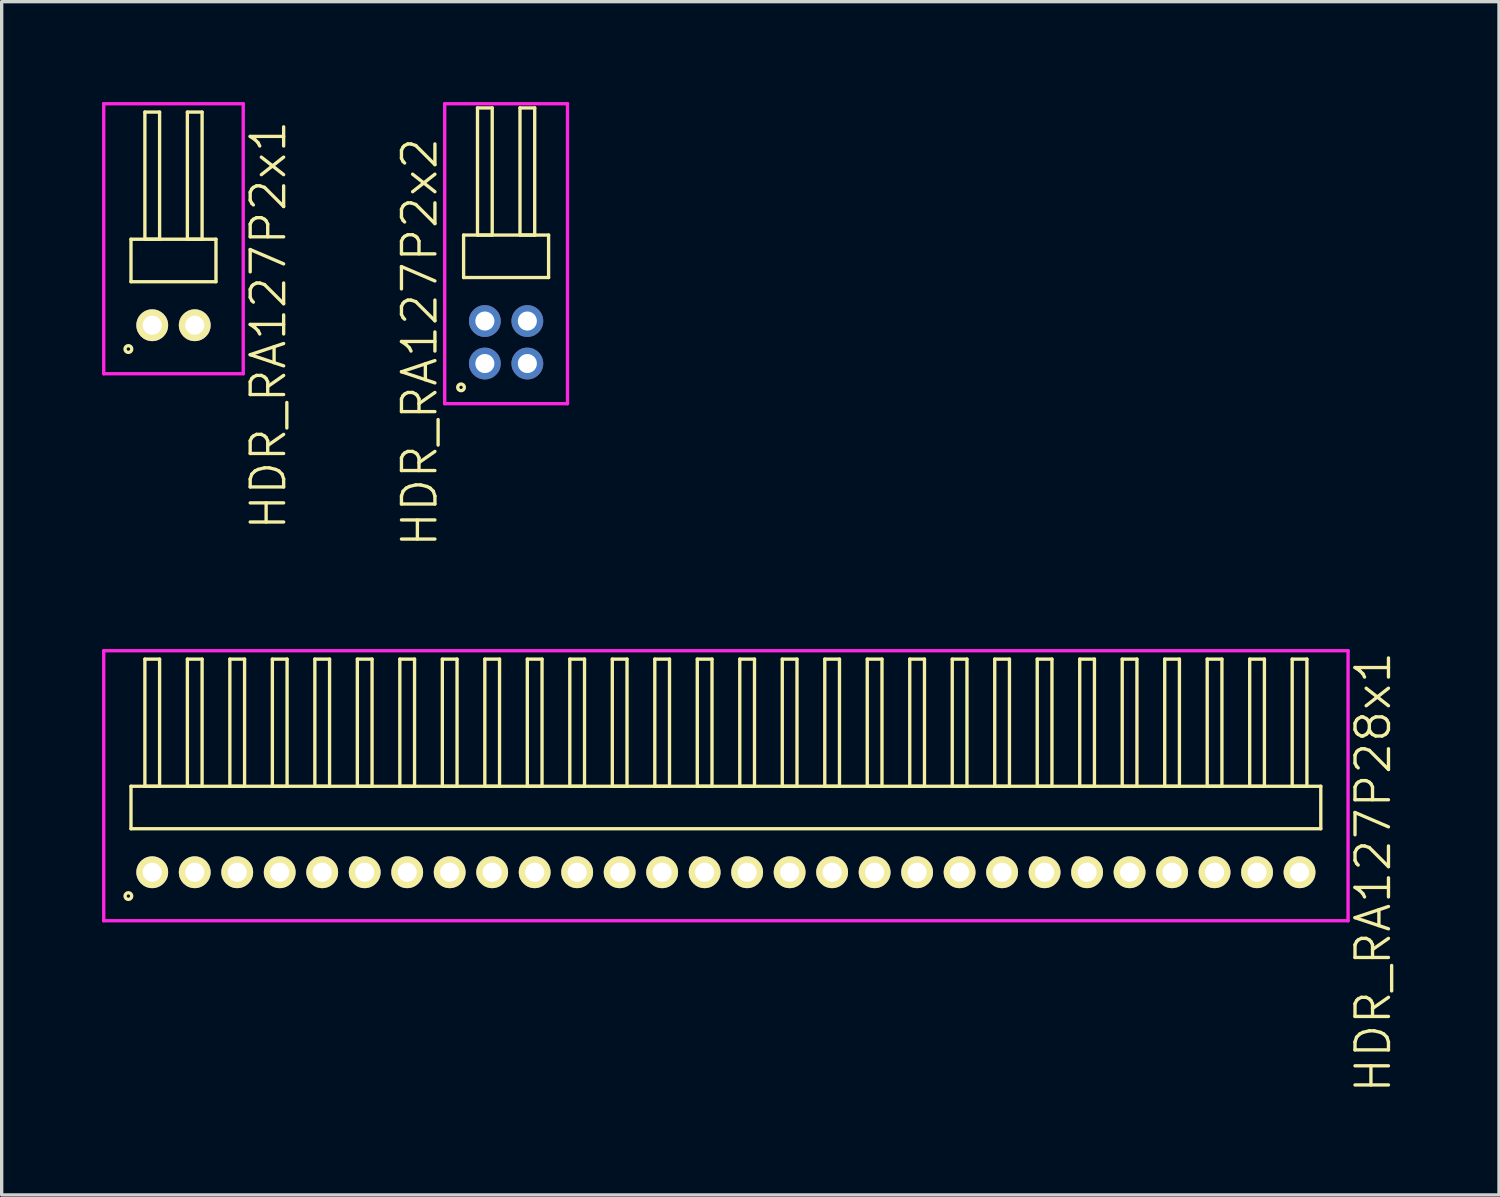
<source format=kicad_pcb>
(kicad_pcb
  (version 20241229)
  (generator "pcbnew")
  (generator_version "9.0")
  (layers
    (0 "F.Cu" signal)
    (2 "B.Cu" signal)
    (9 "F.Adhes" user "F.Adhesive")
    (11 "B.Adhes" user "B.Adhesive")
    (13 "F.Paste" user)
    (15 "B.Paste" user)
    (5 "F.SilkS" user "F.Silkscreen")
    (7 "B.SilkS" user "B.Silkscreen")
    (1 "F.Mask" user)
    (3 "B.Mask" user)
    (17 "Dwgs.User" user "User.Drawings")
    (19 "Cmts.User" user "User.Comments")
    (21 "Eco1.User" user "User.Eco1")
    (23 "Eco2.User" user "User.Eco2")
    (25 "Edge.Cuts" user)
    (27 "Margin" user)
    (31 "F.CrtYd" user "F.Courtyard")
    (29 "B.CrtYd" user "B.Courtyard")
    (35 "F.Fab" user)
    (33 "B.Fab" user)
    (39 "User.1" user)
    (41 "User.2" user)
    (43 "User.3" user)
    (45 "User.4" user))
  (footprint "HDR_RA127P2x1"
    (layer "F.Cu")
    (at 2.135 6.67)
    (property "Reference" "HDR_RA127P2x1" (at 2.835 0 90) (layer "F.SilkS") (effects (font (size 1 1) (thickness 0.1))))
    (attr through_hole)
    (fp_line (start -1.27 -2.57) (end -1.27 -1.3) (stroke (width 0.1) (type solid)) (layer "F.SilkS"))
    (fp_line (start -1.27 -1.3) (end 1.27 -1.3) (stroke (width 0.1) (type solid)) (layer "F.SilkS"))
    (fp_line (start -0.855 -6.37) (end -0.855 -2.57) (stroke (width 0.1) (type solid)) (layer "F.SilkS"))
    (fp_line (start -0.855 -2.57) (end -0.415 -2.57) (stroke (width 0.1) (type solid)) (layer "F.SilkS"))
    (fp_line (start -0.415 -6.37) (end -0.855 -6.37) (stroke (width 0.1) (type solid)) (layer "F.SilkS"))
    (fp_line (start -0.415 -2.57) (end -0.415 -6.37) (stroke (width 0.1) (type solid)) (layer "F.SilkS"))
    (fp_line (start 0.415 -6.37) (end 0.415 -2.57) (stroke (width 0.1) (type solid)) (layer "F.SilkS"))
    (fp_line (start 0.415 -2.57) (end 0.855 -2.57) (stroke (width 0.1) (type solid)) (layer "F.SilkS"))
    (fp_line (start 0.855 -6.37) (end 0.415 -6.37) (stroke (width 0.1) (type solid)) (layer "F.SilkS"))
    (fp_line (start 0.855 -2.57) (end 0.855 -6.37) (stroke (width 0.1) (type solid)) (layer "F.SilkS"))
    (fp_line (start 1.27 -2.57) (end -1.27 -2.57) (stroke (width 0.1) (type solid)) (layer "F.SilkS"))
    (fp_line (start 1.27 -1.3) (end 1.27 -2.57) (stroke (width 0.1) (type solid)) (layer "F.SilkS"))
    (fp_circle (center -1.348 0.712) (end -1.247 0.712) (stroke (width 0.1) (type solid)) (fill no) (layer "F.SilkS"))
    (fp_line (start -2.085 -6.62) (end -2.085 1.45) (stroke (width 0.1) (type solid)) (layer "F.CrtYd"))
    (fp_line (start -2.085 1.45) (end 2.085 1.45) (stroke (width 0.1) (type solid)) (layer "F.CrtYd"))
    (fp_line (start 2.085 -6.62) (end -2.085 -6.62) (stroke (width 0.1) (type solid)) (layer "F.CrtYd"))
    (fp_line (start 2.085 1.45) (end 2.085 -6.62) (stroke (width 0.1) (type solid)) (layer "F.CrtYd"))
    (pad "1" thru_hole oval (at -0.635 0) (size 0.95 0.95) (drill 0.57) (layers "*.Cu" "*.Mask" "F.SilkS"))
    (pad "2" thru_hole oval (at 0.635 0) (size 0.95 0.95) (drill 0.57) (layers "*.Cu" "*.Mask" "F.SilkS")))
  (footprint "HDR_RA127P2x2"
    (layer "F.Cu")
    (at 12.076 7.18)
    (property "Reference" "HDR_RA127P2x2" (at -2.585 0 90) (layer "F.SilkS") (effects (font (size 1 1) (thickness 0.1))))
    (attr through_hole)
    (fp_line (start -1.27 -3.205) (end -1.27 -1.935) (stroke (width 0.1) (type solid)) (layer "F.SilkS"))
    (fp_line (start -1.27 -1.935) (end 1.27 -1.935) (stroke (width 0.1) (type solid)) (layer "F.SilkS"))
    (fp_line (start -0.855 -7.005) (end -0.855 -3.205) (stroke (width 0.1) (type solid)) (layer "F.SilkS"))
    (fp_line (start -0.855 -3.205) (end -0.415 -3.205) (stroke (width 0.1) (type solid)) (layer "F.SilkS"))
    (fp_line (start -0.415 -7.005) (end -0.855 -7.005) (stroke (width 0.1) (type solid)) (layer "F.SilkS"))
    (fp_line (start -0.415 -3.205) (end -0.415 -7.005) (stroke (width 0.1) (type solid)) (layer "F.SilkS"))
    (fp_line (start 0.415 -7.005) (end 0.415 -3.205) (stroke (width 0.1) (type solid)) (layer "F.SilkS"))
    (fp_line (start 0.415 -3.205) (end 0.855 -3.205) (stroke (width 0.1) (type solid)) (layer "F.SilkS"))
    (fp_line (start 0.855 -7.005) (end 0.415 -7.005) (stroke (width 0.1) (type solid)) (layer "F.SilkS"))
    (fp_line (start 0.855 -3.205) (end 0.855 -7.005) (stroke (width 0.1) (type solid)) (layer "F.SilkS"))
    (fp_line (start 1.27 -3.205) (end -1.27 -3.205) (stroke (width 0.1) (type solid)) (layer "F.SilkS"))
    (fp_line (start 1.27 -1.935) (end 1.27 -3.205) (stroke (width 0.1) (type solid)) (layer "F.SilkS"))
    (fp_circle (center -1.347 1.347) (end -1.247 1.347) (stroke (width 0.1) (type solid)) (fill no) (layer "F.SilkS"))
    (fp_line (start -1.835 -7.13) (end -1.835 1.835) (stroke (width 0.1) (type solid)) (layer "F.CrtYd"))
    (fp_line (start -1.835 1.835) (end 1.835 1.835) (stroke (width 0.1) (type solid)) (layer "F.CrtYd"))
    (fp_line (start 1.835 -7.13) (end -1.835 -7.13) (stroke (width 0.1) (type solid)) (layer "F.CrtYd"))
    (fp_line (start 1.835 1.835) (end 1.835 -7.13) (stroke (width 0.1) (type solid)) (layer "F.CrtYd"))
    (pad "1" thru_hole oval (at -0.635 0.635) (size 0.95 0.95) (drill 0.57) (layers "*.Cu" "*.Mask"))
    (pad "2" thru_hole oval (at -0.635 -0.635) (size 0.95 0.95) (drill 0.57) (layers "*.Cu" "*.Mask"))
    (pad "3" thru_hole oval (at 0.635 0.635) (size 0.95 0.95) (drill 0.57) (layers "*.Cu" "*.Mask"))
    (pad "4" thru_hole oval (at 0.635 -0.635) (size 0.95 0.95) (drill 0.57) (layers "*.Cu" "*.Mask")))
  (footprint "HDR_RA127P28x1"
    (layer "F.Cu")
    (at 18.645 23.019)
    (property "Reference" "HDR_RA127P28x1" (at 19.345 0 90) (layer "F.SilkS") (effects (font (size 1 1) (thickness 0.1))))
    (attr through_hole)
    (fp_line (start -17.78 -2.57) (end -17.78 -1.3) (stroke (width 0.1) (type solid)) (layer "F.SilkS"))
    (fp_line (start -17.78 -1.3) (end 17.78 -1.3) (stroke (width 0.1) (type solid)) (layer "F.SilkS"))
    (fp_line (start -17.365 -6.37) (end -17.365 -2.57) (stroke (width 0.1) (type solid)) (layer "F.SilkS"))
    (fp_line (start -17.365 -2.57) (end -16.925 -2.57) (stroke (width 0.1) (type solid)) (layer "F.SilkS"))
    (fp_line (start -16.925 -6.37) (end -17.365 -6.37) (stroke (width 0.1) (type solid)) (layer "F.SilkS"))
    (fp_line (start -16.925 -2.57) (end -16.925 -6.37) (stroke (width 0.1) (type solid)) (layer "F.SilkS"))
    (fp_line (start -16.095 -6.37) (end -16.095 -2.57) (stroke (width 0.1) (type solid)) (layer "F.SilkS"))
    (fp_line (start -16.095 -2.57) (end -15.655 -2.57) (stroke (width 0.1) (type solid)) (layer "F.SilkS"))
    (fp_line (start -15.655 -6.37) (end -16.095 -6.37) (stroke (width 0.1) (type solid)) (layer "F.SilkS"))
    (fp_line (start -15.655 -2.57) (end -15.655 -6.37) (stroke (width 0.1) (type solid)) (layer "F.SilkS"))
    (fp_line (start -14.825 -6.37) (end -14.825 -2.57) (stroke (width 0.1) (type solid)) (layer "F.SilkS"))
    (fp_line (start -14.825 -2.57) (end -14.385 -2.57) (stroke (width 0.1) (type solid)) (layer "F.SilkS"))
    (fp_line (start -14.385 -6.37) (end -14.825 -6.37) (stroke (width 0.1) (type solid)) (layer "F.SilkS"))
    (fp_line (start -14.385 -2.57) (end -14.385 -6.37) (stroke (width 0.1) (type solid)) (layer "F.SilkS"))
    (fp_line (start -13.555 -6.37) (end -13.555 -2.57) (stroke (width 0.1) (type solid)) (layer "F.SilkS"))
    (fp_line (start -13.555 -2.57) (end -13.115 -2.57) (stroke (width 0.1) (type solid)) (layer "F.SilkS"))
    (fp_line (start -13.115 -6.37) (end -13.555 -6.37) (stroke (width 0.1) (type solid)) (layer "F.SilkS"))
    (fp_line (start -13.115 -2.57) (end -13.115 -6.37) (stroke (width 0.1) (type solid)) (layer "F.SilkS"))
    (fp_line (start -12.285 -6.37) (end -12.285 -2.57) (stroke (width 0.1) (type solid)) (layer "F.SilkS"))
    (fp_line (start -12.285 -2.57) (end -11.845 -2.57) (stroke (width 0.1) (type solid)) (layer "F.SilkS"))
    (fp_line (start -11.845 -6.37) (end -12.285 -6.37) (stroke (width 0.1) (type solid)) (layer "F.SilkS"))
    (fp_line (start -11.845 -2.57) (end -11.845 -6.37) (stroke (width 0.1) (type solid)) (layer "F.SilkS"))
    (fp_line (start -11.015 -6.37) (end -11.015 -2.57) (stroke (width 0.1) (type solid)) (layer "F.SilkS"))
    (fp_line (start -11.015 -2.57) (end -10.575 -2.57) (stroke (width 0.1) (type solid)) (layer "F.SilkS"))
    (fp_line (start -10.575 -6.37) (end -11.015 -6.37) (stroke (width 0.1) (type solid)) (layer "F.SilkS"))
    (fp_line (start -10.575 -2.57) (end -10.575 -6.37) (stroke (width 0.1) (type solid)) (layer "F.SilkS"))
    (fp_line (start -9.745 -6.37) (end -9.745 -2.57) (stroke (width 0.1) (type solid)) (layer "F.SilkS"))
    (fp_line (start -9.745 -2.57) (end -9.305 -2.57) (stroke (width 0.1) (type solid)) (layer "F.SilkS"))
    (fp_line (start -9.305 -6.37) (end -9.745 -6.37) (stroke (width 0.1) (type solid)) (layer "F.SilkS"))
    (fp_line (start -9.305 -2.57) (end -9.305 -6.37) (stroke (width 0.1) (type solid)) (layer "F.SilkS"))
    (fp_line (start -8.475 -6.37) (end -8.475 -2.57) (stroke (width 0.1) (type solid)) (layer "F.SilkS"))
    (fp_line (start -8.475 -2.57) (end -8.035 -2.57) (stroke (width 0.1) (type solid)) (layer "F.SilkS"))
    (fp_line (start -8.035 -6.37) (end -8.475 -6.37) (stroke (width 0.1) (type solid)) (layer "F.SilkS"))
    (fp_line (start -8.035 -2.57) (end -8.035 -6.37) (stroke (width 0.1) (type solid)) (layer "F.SilkS"))
    (fp_line (start -7.205 -6.37) (end -7.205 -2.57) (stroke (width 0.1) (type solid)) (layer "F.SilkS"))
    (fp_line (start -7.205 -2.57) (end -6.765 -2.57) (stroke (width 0.1) (type solid)) (layer "F.SilkS"))
    (fp_line (start -6.765 -6.37) (end -7.205 -6.37) (stroke (width 0.1) (type solid)) (layer "F.SilkS"))
    (fp_line (start -6.765 -2.57) (end -6.765 -6.37) (stroke (width 0.1) (type solid)) (layer "F.SilkS"))
    (fp_line (start -5.935 -6.37) (end -5.935 -2.57) (stroke (width 0.1) (type solid)) (layer "F.SilkS"))
    (fp_line (start -5.935 -2.57) (end -5.495 -2.57) (stroke (width 0.1) (type solid)) (layer "F.SilkS"))
    (fp_line (start -5.495 -6.37) (end -5.935 -6.37) (stroke (width 0.1) (type solid)) (layer "F.SilkS"))
    (fp_line (start -5.495 -2.57) (end -5.495 -6.37) (stroke (width 0.1) (type solid)) (layer "F.SilkS"))
    (fp_line (start -4.665 -6.37) (end -4.665 -2.57) (stroke (width 0.1) (type solid)) (layer "F.SilkS"))
    (fp_line (start -4.665 -2.57) (end -4.225 -2.57) (stroke (width 0.1) (type solid)) (layer "F.SilkS"))
    (fp_line (start -4.225 -6.37) (end -4.665 -6.37) (stroke (width 0.1) (type solid)) (layer "F.SilkS"))
    (fp_line (start -4.225 -2.57) (end -4.225 -6.37) (stroke (width 0.1) (type solid)) (layer "F.SilkS"))
    (fp_line (start -3.395 -6.37) (end -3.395 -2.57) (stroke (width 0.1) (type solid)) (layer "F.SilkS"))
    (fp_line (start -3.395 -2.57) (end -2.955 -2.57) (stroke (width 0.1) (type solid)) (layer "F.SilkS"))
    (fp_line (start -2.955 -6.37) (end -3.395 -6.37) (stroke (width 0.1) (type solid)) (layer "F.SilkS"))
    (fp_line (start -2.955 -2.57) (end -2.955 -6.37) (stroke (width 0.1) (type solid)) (layer "F.SilkS"))
    (fp_line (start -2.125 -6.37) (end -2.125 -2.57) (stroke (width 0.1) (type solid)) (layer "F.SilkS"))
    (fp_line (start -2.125 -2.57) (end -1.685 -2.57) (stroke (width 0.1) (type solid)) (layer "F.SilkS"))
    (fp_line (start -1.685 -6.37) (end -2.125 -6.37) (stroke (width 0.1) (type solid)) (layer "F.SilkS"))
    (fp_line (start -1.685 -2.57) (end -1.685 -6.37) (stroke (width 0.1) (type solid)) (layer "F.SilkS"))
    (fp_line (start -0.855 -6.37) (end -0.855 -2.57) (stroke (width 0.1) (type solid)) (layer "F.SilkS"))
    (fp_line (start -0.855 -2.57) (end -0.415 -2.57) (stroke (width 0.1) (type solid)) (layer "F.SilkS"))
    (fp_line (start -0.415 -6.37) (end -0.855 -6.37) (stroke (width 0.1) (type solid)) (layer "F.SilkS"))
    (fp_line (start -0.415 -2.57) (end -0.415 -6.37) (stroke (width 0.1) (type solid)) (layer "F.SilkS"))
    (fp_line (start 0.415 -6.37) (end 0.415 -2.57) (stroke (width 0.1) (type solid)) (layer "F.SilkS"))
    (fp_line (start 0.415 -2.57) (end 0.855 -2.57) (stroke (width 0.1) (type solid)) (layer "F.SilkS"))
    (fp_line (start 0.855 -6.37) (end 0.415 -6.37) (stroke (width 0.1) (type solid)) (layer "F.SilkS"))
    (fp_line (start 0.855 -2.57) (end 0.855 -6.37) (stroke (width 0.1) (type solid)) (layer "F.SilkS"))
    (fp_line (start 1.685 -6.37) (end 1.685 -2.57) (stroke (width 0.1) (type solid)) (layer "F.SilkS"))
    (fp_line (start 1.685 -2.57) (end 2.125 -2.57) (stroke (width 0.1) (type solid)) (layer "F.SilkS"))
    (fp_line (start 2.125 -6.37) (end 1.685 -6.37) (stroke (width 0.1) (type solid)) (layer "F.SilkS"))
    (fp_line (start 2.125 -2.57) (end 2.125 -6.37) (stroke (width 0.1) (type solid)) (layer "F.SilkS"))
    (fp_line (start 2.955 -6.37) (end 2.955 -2.57) (stroke (width 0.1) (type solid)) (layer "F.SilkS"))
    (fp_line (start 2.955 -2.57) (end 3.395 -2.57) (stroke (width 0.1) (type solid)) (layer "F.SilkS"))
    (fp_line (start 3.395 -6.37) (end 2.955 -6.37) (stroke (width 0.1) (type solid)) (layer "F.SilkS"))
    (fp_line (start 3.395 -2.57) (end 3.395 -6.37) (stroke (width 0.1) (type solid)) (layer "F.SilkS"))
    (fp_line (start 4.225 -6.37) (end 4.225 -2.57) (stroke (width 0.1) (type solid)) (layer "F.SilkS"))
    (fp_line (start 4.225 -2.57) (end 4.665 -2.57) (stroke (width 0.1) (type solid)) (layer "F.SilkS"))
    (fp_line (start 4.665 -6.37) (end 4.225 -6.37) (stroke (width 0.1) (type solid)) (layer "F.SilkS"))
    (fp_line (start 4.665 -2.57) (end 4.665 -6.37) (stroke (width 0.1) (type solid)) (layer "F.SilkS"))
    (fp_line (start 5.495 -6.37) (end 5.495 -2.57) (stroke (width 0.1) (type solid)) (layer "F.SilkS"))
    (fp_line (start 5.495 -2.57) (end 5.935 -2.57) (stroke (width 0.1) (type solid)) (layer "F.SilkS"))
    (fp_line (start 5.935 -6.37) (end 5.495 -6.37) (stroke (width 0.1) (type solid)) (layer "F.SilkS"))
    (fp_line (start 5.935 -2.57) (end 5.935 -6.37) (stroke (width 0.1) (type solid)) (layer "F.SilkS"))
    (fp_line (start 6.765 -6.37) (end 6.765 -2.57) (stroke (width 0.1) (type solid)) (layer "F.SilkS"))
    (fp_line (start 6.765 -2.57) (end 7.205 -2.57) (stroke (width 0.1) (type solid)) (layer "F.SilkS"))
    (fp_line (start 7.205 -6.37) (end 6.765 -6.37) (stroke (width 0.1) (type solid)) (layer "F.SilkS"))
    (fp_line (start 7.205 -2.57) (end 7.205 -6.37) (stroke (width 0.1) (type solid)) (layer "F.SilkS"))
    (fp_line (start 8.035 -6.37) (end 8.035 -2.57) (stroke (width 0.1) (type solid)) (layer "F.SilkS"))
    (fp_line (start 8.035 -2.57) (end 8.475 -2.57) (stroke (width 0.1) (type solid)) (layer "F.SilkS"))
    (fp_line (start 8.475 -6.37) (end 8.035 -6.37) (stroke (width 0.1) (type solid)) (layer "F.SilkS"))
    (fp_line (start 8.475 -2.57) (end 8.475 -6.37) (stroke (width 0.1) (type solid)) (layer "F.SilkS"))
    (fp_line (start 9.305 -6.37) (end 9.305 -2.57) (stroke (width 0.1) (type solid)) (layer "F.SilkS"))
    (fp_line (start 9.305 -2.57) (end 9.745 -2.57) (stroke (width 0.1) (type solid)) (layer "F.SilkS"))
    (fp_line (start 9.745 -6.37) (end 9.305 -6.37) (stroke (width 0.1) (type solid)) (layer "F.SilkS"))
    (fp_line (start 9.745 -2.57) (end 9.745 -6.37) (stroke (width 0.1) (type solid)) (layer "F.SilkS"))
    (fp_line (start 10.575 -6.37) (end 10.575 -2.57) (stroke (width 0.1) (type solid)) (layer "F.SilkS"))
    (fp_line (start 10.575 -2.57) (end 11.015 -2.57) (stroke (width 0.1) (type solid)) (layer "F.SilkS"))
    (fp_line (start 11.015 -6.37) (end 10.575 -6.37) (stroke (width 0.1) (type solid)) (layer "F.SilkS"))
    (fp_line (start 11.015 -2.57) (end 11.015 -6.37) (stroke (width 0.1) (type solid)) (layer "F.SilkS"))
    (fp_line (start 11.845 -6.37) (end 11.845 -2.57) (stroke (width 0.1) (type solid)) (layer "F.SilkS"))
    (fp_line (start 11.845 -2.57) (end 12.285 -2.57) (stroke (width 0.1) (type solid)) (layer "F.SilkS"))
    (fp_line (start 12.285 -6.37) (end 11.845 -6.37) (stroke (width 0.1) (type solid)) (layer "F.SilkS"))
    (fp_line (start 12.285 -2.57) (end 12.285 -6.37) (stroke (width 0.1) (type solid)) (layer "F.SilkS"))
    (fp_line (start 13.115 -6.37) (end 13.115 -2.57) (stroke (width 0.1) (type solid)) (layer "F.SilkS"))
    (fp_line (start 13.115 -2.57) (end 13.555 -2.57) (stroke (width 0.1) (type solid)) (layer "F.SilkS"))
    (fp_line (start 13.555 -6.37) (end 13.115 -6.37) (stroke (width 0.1) (type solid)) (layer "F.SilkS"))
    (fp_line (start 13.555 -2.57) (end 13.555 -6.37) (stroke (width 0.1) (type solid)) (layer "F.SilkS"))
    (fp_line (start 14.385 -6.37) (end 14.385 -2.57) (stroke (width 0.1) (type solid)) (layer "F.SilkS"))
    (fp_line (start 14.385 -2.57) (end 14.825 -2.57) (stroke (width 0.1) (type solid)) (layer "F.SilkS"))
    (fp_line (start 14.825 -6.37) (end 14.385 -6.37) (stroke (width 0.1) (type solid)) (layer "F.SilkS"))
    (fp_line (start 14.825 -2.57) (end 14.825 -6.37) (stroke (width 0.1) (type solid)) (layer "F.SilkS"))
    (fp_line (start 15.655 -6.37) (end 15.655 -2.57) (stroke (width 0.1) (type solid)) (layer "F.SilkS"))
    (fp_line (start 15.655 -2.57) (end 16.095 -2.57) (stroke (width 0.1) (type solid)) (layer "F.SilkS"))
    (fp_line (start 16.095 -6.37) (end 15.655 -6.37) (stroke (width 0.1) (type solid)) (layer "F.SilkS"))
    (fp_line (start 16.095 -2.57) (end 16.095 -6.37) (stroke (width 0.1) (type solid)) (layer "F.SilkS"))
    (fp_line (start 16.925 -6.37) (end 16.925 -2.57) (stroke (width 0.1) (type solid)) (layer "F.SilkS"))
    (fp_line (start 16.925 -2.57) (end 17.365 -2.57) (stroke (width 0.1) (type solid)) (layer "F.SilkS"))
    (fp_line (start 17.365 -6.37) (end 16.925 -6.37) (stroke (width 0.1) (type solid)) (layer "F.SilkS"))
    (fp_line (start 17.365 -2.57) (end 17.365 -6.37) (stroke (width 0.1) (type solid)) (layer "F.SilkS"))
    (fp_line (start 17.78 -2.57) (end -17.78 -2.57) (stroke (width 0.1) (type solid)) (layer "F.SilkS"))
    (fp_line (start 17.78 -1.3) (end 17.78 -2.57) (stroke (width 0.1) (type solid)) (layer "F.SilkS"))
    (fp_circle (center -17.858 0.712) (end -17.758 0.712) (stroke (width 0.1) (type solid)) (fill no) (layer "F.SilkS"))
    (fp_line (start -18.595 -6.62) (end -18.595 1.45) (stroke (width 0.1) (type solid)) (layer "F.CrtYd"))
    (fp_line (start -18.595 1.45) (end 18.595 1.45) (stroke (width 0.1) (type solid)) (layer "F.CrtYd"))
    (fp_line (start 18.595 -6.62) (end -18.595 -6.62) (stroke (width 0.1) (type solid)) (layer "F.CrtYd"))
    (fp_line (start 18.595 1.45) (end 18.595 -6.62) (stroke (width 0.1) (type solid)) (layer "F.CrtYd"))
    (pad "1" thru_hole oval (at -17.145 0) (size 0.95 0.95) (drill 0.57) (layers "*.Cu" "*.Mask" "F.SilkS"))
    (pad "2" thru_hole oval (at -15.875 0) (size 0.95 0.95) (drill 0.57) (layers "*.Cu" "*.Mask" "F.SilkS"))
    (pad "3" thru_hole oval (at -14.605 0) (size 0.95 0.95) (drill 0.57) (layers "*.Cu" "*.Mask" "F.SilkS"))
    (pad "4" thru_hole oval (at -13.335 0) (size 0.95 0.95) (drill 0.57) (layers "*.Cu" "*.Mask" "F.SilkS"))
    (pad "5" thru_hole oval (at -12.065 0) (size 0.95 0.95) (drill 0.57) (layers "*.Cu" "*.Mask" "F.SilkS"))
    (pad "6" thru_hole oval (at -10.795 0) (size 0.95 0.95) (drill 0.57) (layers "*.Cu" "*.Mask" "F.SilkS"))
    (pad "7" thru_hole oval (at -9.525 0) (size 0.95 0.95) (drill 0.57) (layers "*.Cu" "*.Mask" "F.SilkS"))
    (pad "8" thru_hole oval (at -8.255 0) (size 0.95 0.95) (drill 0.57) (layers "*.Cu" "*.Mask" "F.SilkS"))
    (pad "9" thru_hole oval (at -6.985 0) (size 0.95 0.95) (drill 0.57) (layers "*.Cu" "*.Mask" "F.SilkS"))
    (pad "10" thru_hole oval (at -5.715 0) (size 0.95 0.95) (drill 0.57) (layers "*.Cu" "*.Mask" "F.SilkS"))
    (pad "11" thru_hole oval (at -4.445 0) (size 0.95 0.95) (drill 0.57) (layers "*.Cu" "*.Mask" "F.SilkS"))
    (pad "12" thru_hole oval (at -3.175 0) (size 0.95 0.95) (drill 0.57) (layers "*.Cu" "*.Mask" "F.SilkS"))
    (pad "13" thru_hole oval (at -1.905 0) (size 0.95 0.95) (drill 0.57) (layers "*.Cu" "*.Mask" "F.SilkS"))
    (pad "14" thru_hole oval (at -0.635 0) (size 0.95 0.95) (drill 0.57) (layers "*.Cu" "*.Mask" "F.SilkS"))
    (pad "15" thru_hole oval (at 0.635 0) (size 0.95 0.95) (drill 0.57) (layers "*.Cu" "*.Mask" "F.SilkS"))
    (pad "16" thru_hole oval (at 1.905 0) (size 0.95 0.95) (drill 0.57) (layers "*.Cu" "*.Mask" "F.SilkS"))
    (pad "17" thru_hole oval (at 3.175 0) (size 0.95 0.95) (drill 0.57) (layers "*.Cu" "*.Mask" "F.SilkS"))
    (pad "18" thru_hole oval (at 4.445 0) (size 0.95 0.95) (drill 0.57) (layers "*.Cu" "*.Mask" "F.SilkS"))
    (pad "19" thru_hole oval (at 5.715 0) (size 0.95 0.95) (drill 0.57) (layers "*.Cu" "*.Mask" "F.SilkS"))
    (pad "20" thru_hole oval (at 6.985 0) (size 0.95 0.95) (drill 0.57) (layers "*.Cu" "*.Mask" "F.SilkS"))
    (pad "21" thru_hole oval (at 8.255 0) (size 0.95 0.95) (drill 0.57) (layers "*.Cu" "*.Mask" "F.SilkS"))
    (pad "22" thru_hole oval (at 9.525 0) (size 0.95 0.95) (drill 0.57) (layers "*.Cu" "*.Mask" "F.SilkS"))
    (pad "23" thru_hole oval (at 10.795 0) (size 0.95 0.95) (drill 0.57) (layers "*.Cu" "*.Mask" "F.SilkS"))
    (pad "24" thru_hole oval (at 12.065 0) (size 0.95 0.95) (drill 0.57) (layers "*.Cu" "*.Mask" "F.SilkS"))
    (pad "25" thru_hole oval (at 13.335 0) (size 0.95 0.95) (drill 0.57) (layers "*.Cu" "*.Mask" "F.SilkS"))
    (pad "26" thru_hole oval (at 14.605 0) (size 0.95 0.95) (drill 0.57) (layers "*.Cu" "*.Mask" "F.SilkS"))
    (pad "27" thru_hole oval (at 15.875 0) (size 0.95 0.95) (drill 0.57) (layers "*.Cu" "*.Mask" "F.SilkS"))
    (pad "28" thru_hole oval (at 17.145 0) (size 0.95 0.95) (drill 0.57) (layers "*.Cu" "*.Mask" "F.SilkS")))
  (gr_rect
    (start -3 -3)
    (end 41.751 32.664)
    (stroke (width 0.1) (type default))
    (fill no)
    (layer "Edge.Cuts")))
</source>
